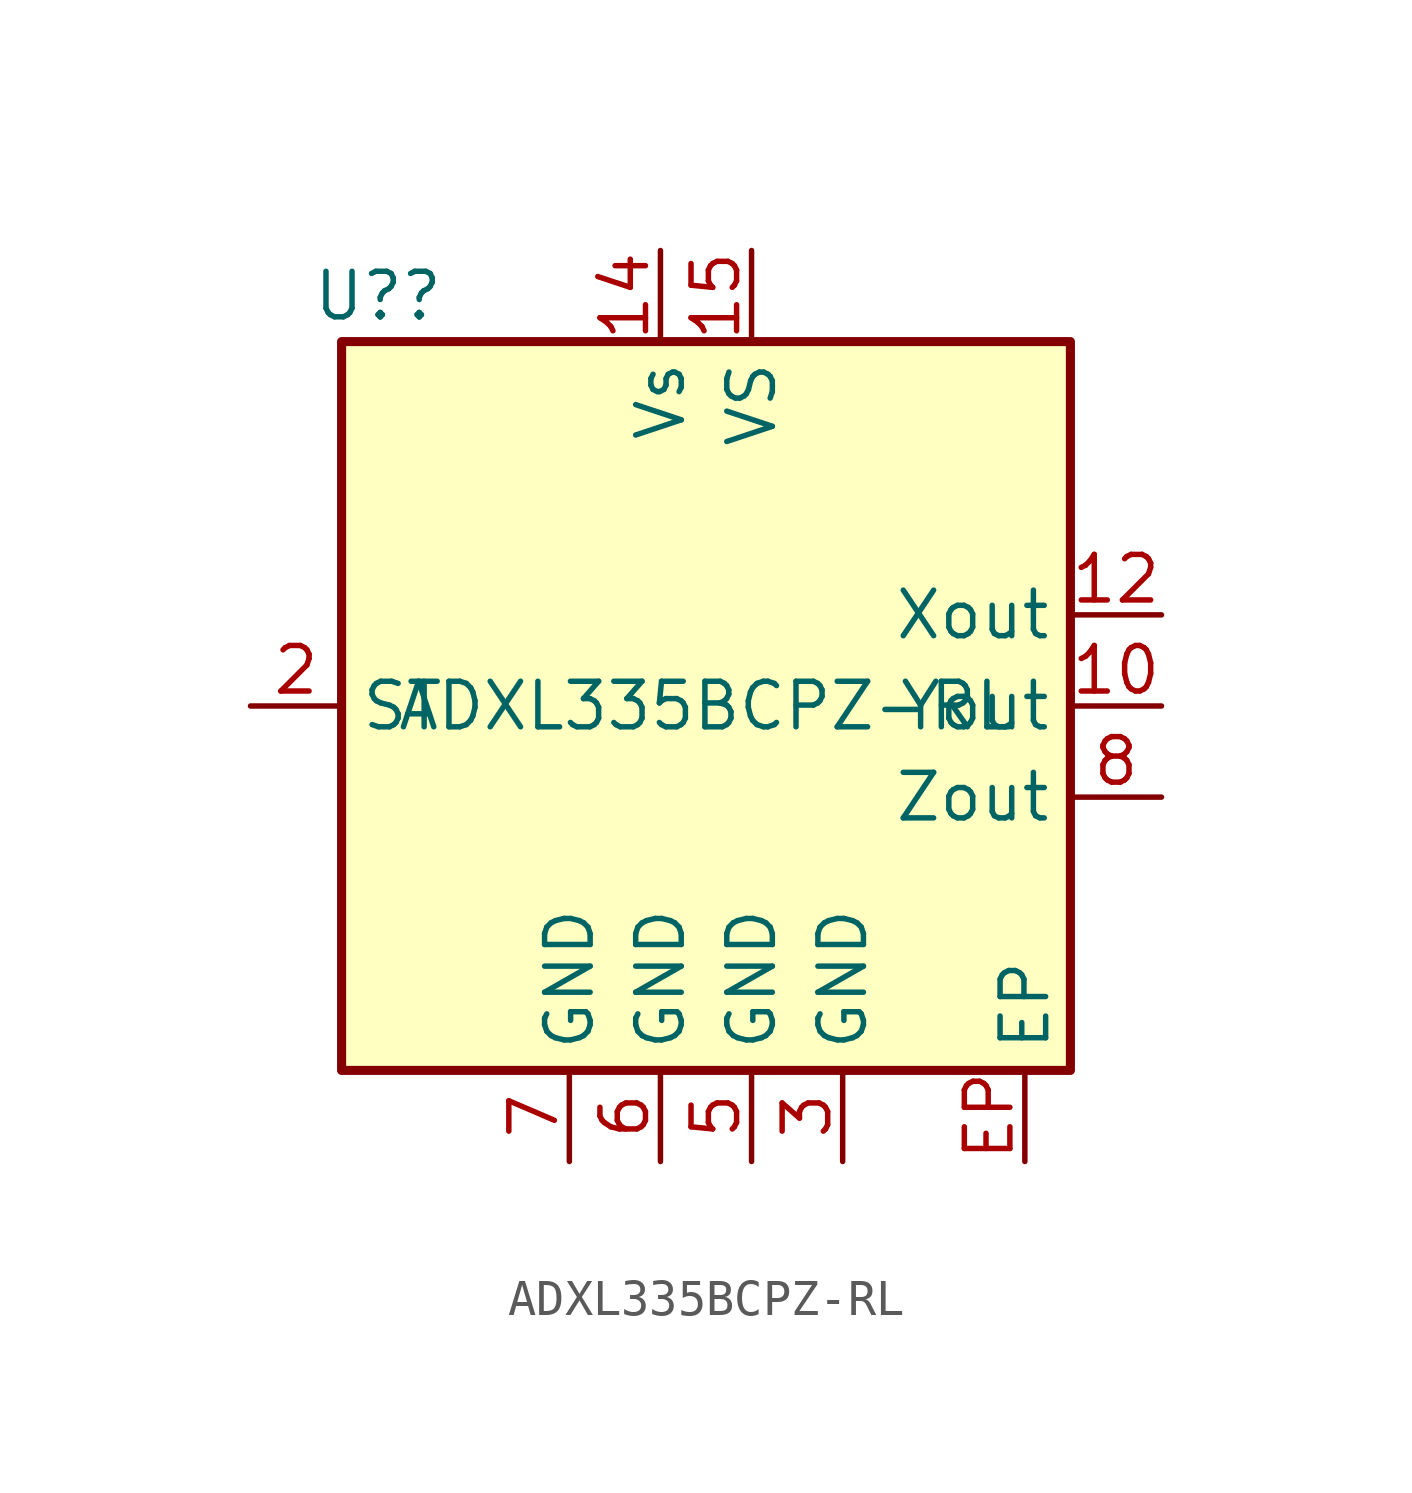
<source format=kicad_sym>
(kicad_symbol_lib
  (version 20241209)
  (generator "kicad_symbol_editor")
  (generator_version "9.0")
  (symbol "ADXL335BCPZ-RL"
    (property "Reference" "U?"
      (at -9.144 11.43 0)
      (effects (font (size 1.27 1.27))))
    (property "Value" "ADXL335BCPZ-RL"
      (at 0 0 0)
      (effects (font (size 1.27 1.27))))
    (symbol "ADXL335BCPZ-RL_0_1"
      (rectangle (start -10.16 10.16) (end 10.16 -10.16) (stroke (width 0.254) (type default)) (fill (type background))))
    (symbol "ADXL335BCPZ-RL_1_0"
      (pin input line (at -12.7 0 0) (length 2.54) (name "ST" (effects (font (size 1.27 1.27)))) (number "2" (effects (font (size 1.27 1.27)))))
      (pin no_connect line (at -8.89 -12.7 90) (length 2.54) (hide yes) (name "NC" (effects (font (size 1.27 1.27)))) (number "1" (effects (font (size 1.27 1.27)))))
      (pin no_connect line (at -8.89 -12.7 90) (length 2.54) (hide yes) (name "NC" (effects (font (size 1.27 1.27)))) (number "11" (effects (font (size 1.27 1.27)))))
      (pin no_connect line (at -8.89 -12.7 90) (length 2.54) (hide yes) (name "NC" (effects (font (size 1.27 1.27)))) (number "13" (effects (font (size 1.27 1.27)))))
      (pin no_connect line (at -8.89 -12.7 90) (length 2.54) (hide yes) (name "NC" (effects (font (size 1.27 1.27)))) (number "16" (effects (font (size 1.27 1.27)))))
      (pin no_connect line (at -8.89 -12.7 90) (length 2.54) (hide yes) (name "NC" (effects (font (size 1.27 1.27)))) (number "4" (effects (font (size 1.27 1.27)))))
      (pin no_connect line (at -8.89 -12.7 90) (length 2.54) (hide yes) (name "NC" (effects (font (size 1.27 1.27)))) (number "9" (effects (font (size 1.27 1.27)))))
      (pin power_in line (at -3.81 -12.7 90) (length 2.54) (name "GND" (effects (font (size 1.27 1.27)))) (number "7" (effects (font (size 1.27 1.27)))))
      (pin power_in line (at -1.27 -12.7 90) (length 2.54) (name "GND" (effects (font (size 1.27 1.27)))) (number "6" (effects (font (size 1.27 1.27)))))
      (pin power_in line (at 1.27 12.7 270) (length 2.54) (name "VS" (effects (font (size 1.27 1.27)))) (number "15" (effects (font (size 1.27 1.27)))))
      (pin power_in line (at 1.27 -12.7 90) (length 2.54) (name "GND" (effects (font (size 1.27 1.27)))) (number "5" (effects (font (size 1.27 1.27)))))
      (pin passive line (at 8.89 -12.7 90) (length 2.54) (name "EP" (effects (font (size 1.27 1.27)))) (number "EP" (effects (font (size 1.27 1.27)))))
      (pin output line (at 12.7 2.54 180) (length 2.54) (name "Xout" (effects (font (size 1.27 1.27)))) (number "12" (effects (font (size 1.27 1.27)))))
      (pin output line (at 12.7 0 180) (length 2.54) (name "Yout" (effects (font (size 1.27 1.27)))) (number "10" (effects (font (size 1.27 1.27)))))
      (pin output line (at 12.7 -2.54 180) (length 2.54) (name "Zout" (effects (font (size 1.27 1.27)))) (number "8" (effects (font (size 1.27 1.27))))))
    (symbol "ADXL335BCPZ-RL_1_1"
      (pin power_in line (at -1.27 12.7 270) (length 2.54) (name "Vs" (effects (font (size 1.27 1.27)))) (number "14" (effects (font (size 1.27 1.27)))))
      (pin power_in line (at 3.81 -12.7 90) (length 2.54) (name "GND" (effects (font (size 1.27 1.27)))) (number "3" (effects (font (size 1.27 1.27))))))))
</source>
